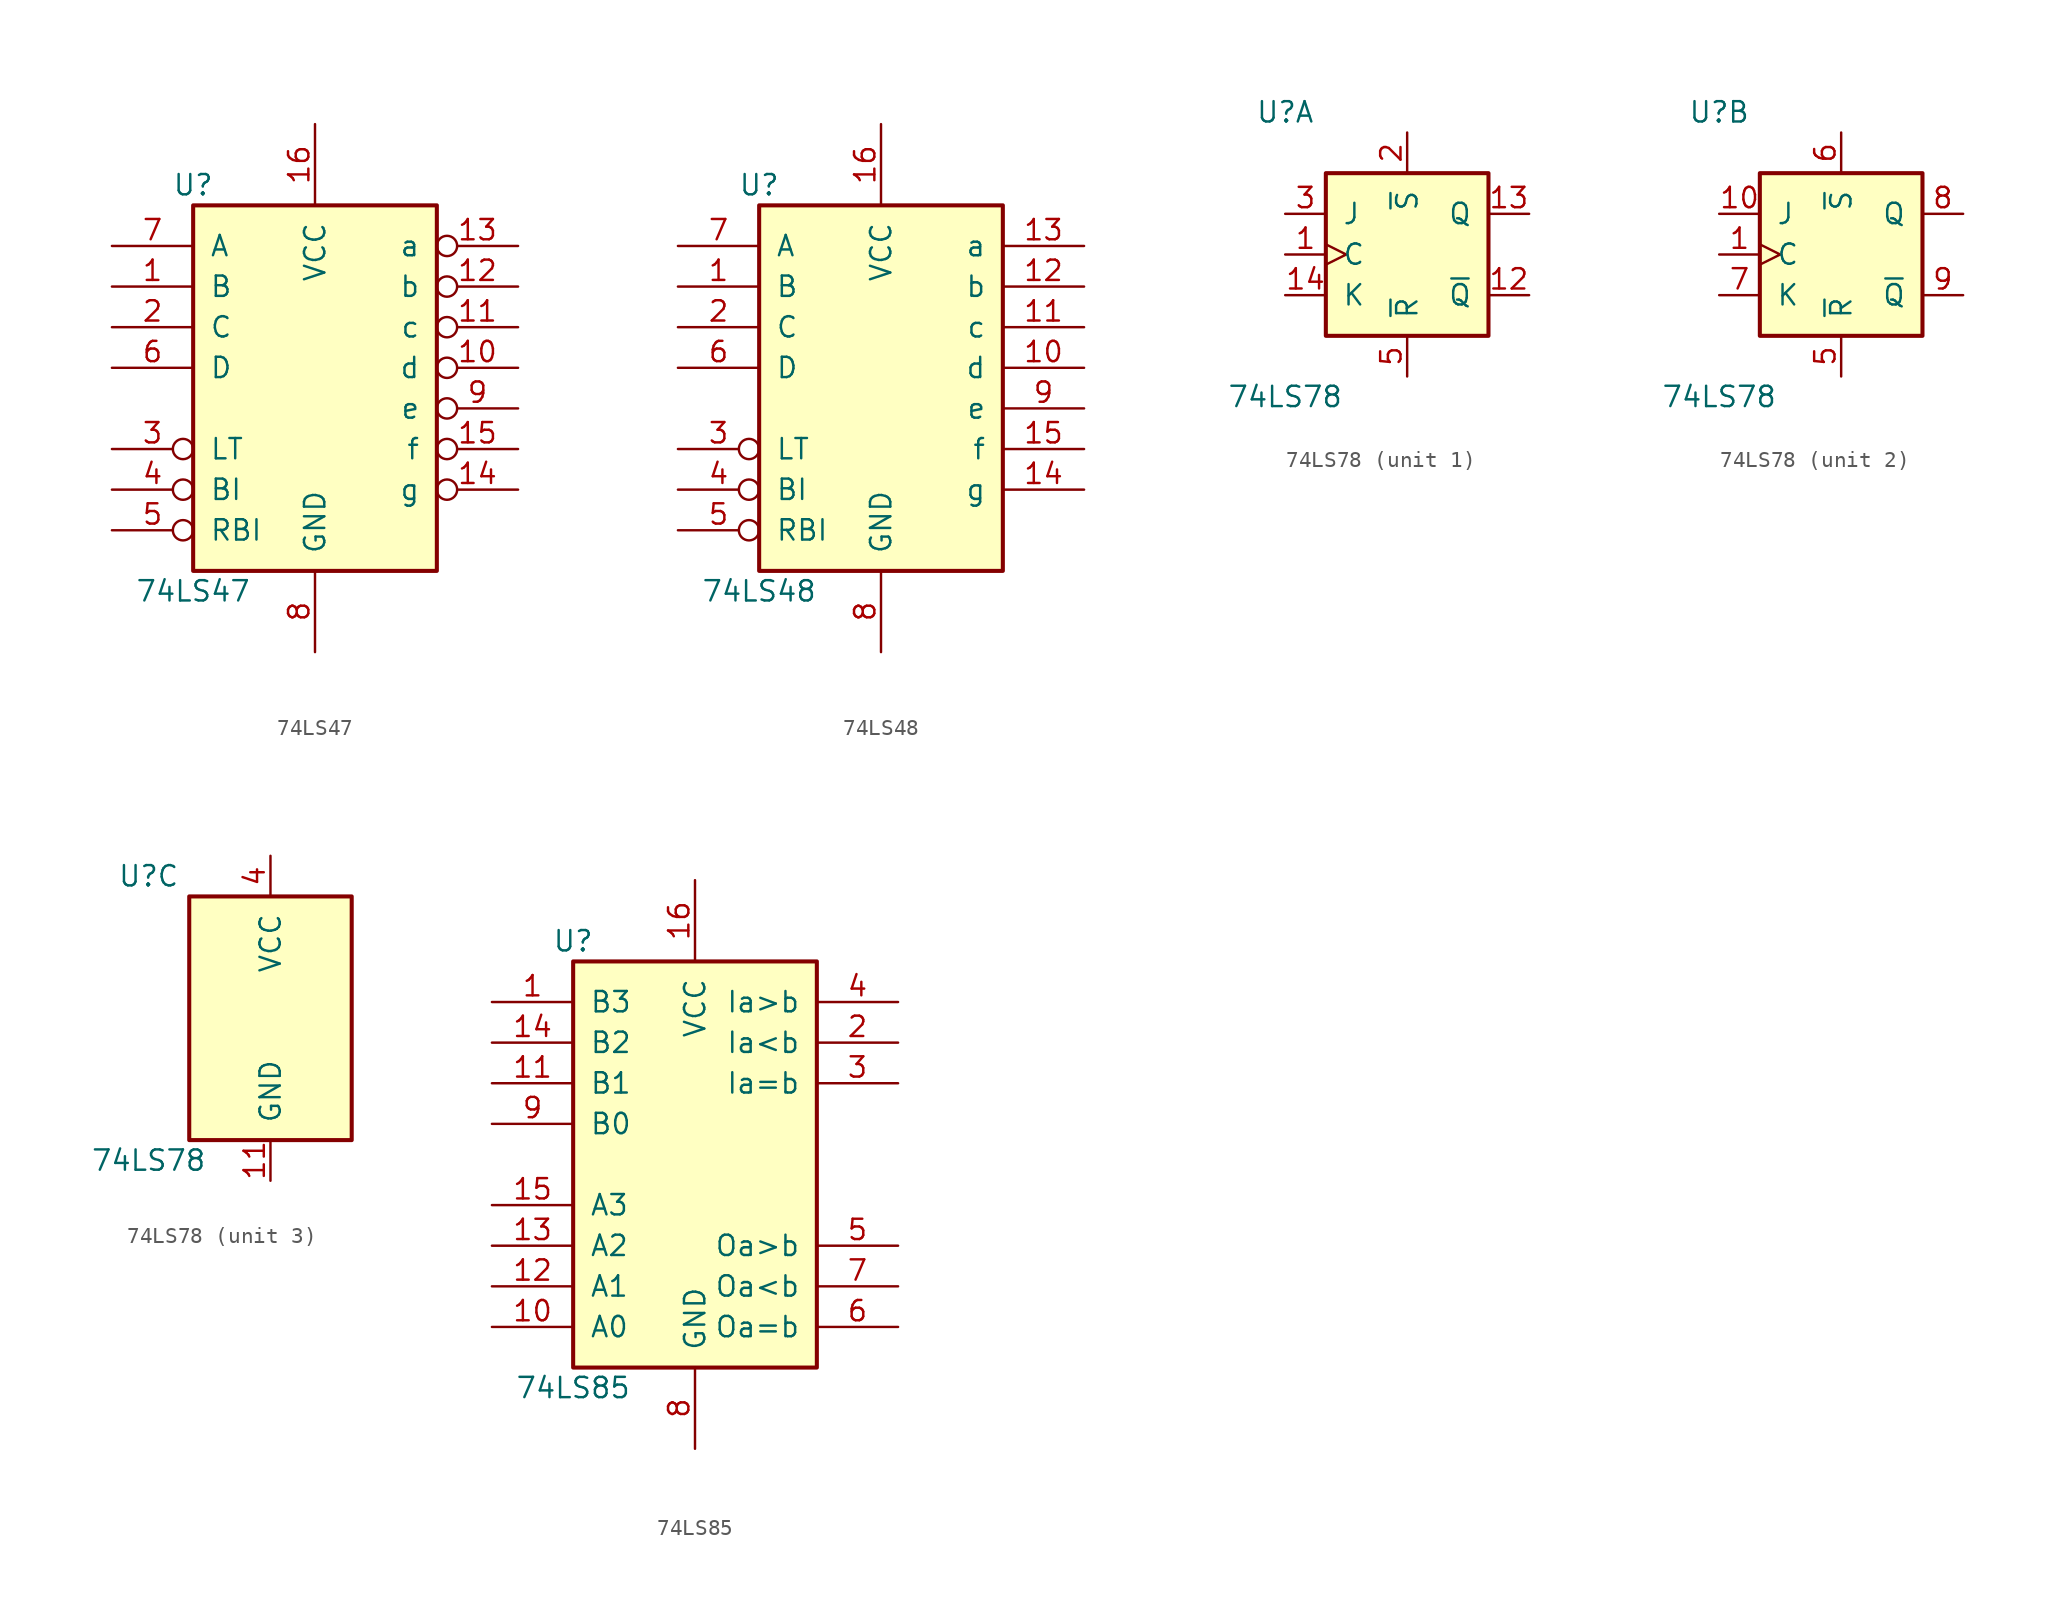
<source format=kicad_sym>
(kicad_symbol_lib
  (version 20241209)
  (generator "kicad_symbol_editor")
  (generator_version "9.0")
  (symbol "74LS47"
    (pin_names
      (offset 1.016))
    (property "Reference" "U"
      (at -7.62 11.43 0)
      (effects (font (size 1.27 1.27))))
    (property "Value" "74LS47"
      (at -7.62 -13.97 0)
      (effects (font (size 1.27 1.27))))
    (property "ki_locked" ""
      (at 0 0 0)
      (effects (font (size 1.27 1.27))))
    (symbol "74LS47_1_0"
      (pin input line (at -12.7 7.62 0) (length 5.08) (name "A" (effects (font (size 1.27 1.27)))) (number "7" (effects (font (size 1.27 1.27)))))
      (pin input line (at -12.7 5.08 0) (length 5.08) (name "B" (effects (font (size 1.27 1.27)))) (number "1" (effects (font (size 1.27 1.27)))))
      (pin input line (at -12.7 2.54 0) (length 5.08) (name "C" (effects (font (size 1.27 1.27)))) (number "2" (effects (font (size 1.27 1.27)))))
      (pin input line (at -12.7 0 0) (length 5.08) (name "D" (effects (font (size 1.27 1.27)))) (number "6" (effects (font (size 1.27 1.27)))))
      (pin input inverted (at -12.7 -5.08 0) (length 5.08) (name "LT" (effects (font (size 1.27 1.27)))) (number "3" (effects (font (size 1.27 1.27)))))
      (pin input inverted (at -12.7 -7.62 0) (length 5.08) (name "BI" (effects (font (size 1.27 1.27)))) (number "4" (effects (font (size 1.27 1.27)))))
      (pin input inverted (at -12.7 -10.16 0) (length 5.08) (name "RBI" (effects (font (size 1.27 1.27)))) (number "5" (effects (font (size 1.27 1.27)))))
      (pin power_in line (at 0 15.24 270) (length 5.08) (name "VCC" (effects (font (size 1.27 1.27)))) (number "16" (effects (font (size 1.27 1.27)))))
      (pin power_in line (at 0 -17.78 90) (length 5.08) (name "GND" (effects (font (size 1.27 1.27)))) (number "8" (effects (font (size 1.27 1.27)))))
      (pin open_collector inverted (at 12.7 7.62 180) (length 5.08) (name "a" (effects (font (size 1.27 1.27)))) (number "13" (effects (font (size 1.27 1.27)))))
      (pin open_collector inverted (at 12.7 5.08 180) (length 5.08) (name "b" (effects (font (size 1.27 1.27)))) (number "12" (effects (font (size 1.27 1.27)))))
      (pin open_collector inverted (at 12.7 2.54 180) (length 5.08) (name "c" (effects (font (size 1.27 1.27)))) (number "11" (effects (font (size 1.27 1.27)))))
      (pin open_collector inverted (at 12.7 0 180) (length 5.08) (name "d" (effects (font (size 1.27 1.27)))) (number "10" (effects (font (size 1.27 1.27)))))
      (pin open_collector inverted (at 12.7 -2.54 180) (length 5.08) (name "e" (effects (font (size 1.27 1.27)))) (number "9" (effects (font (size 1.27 1.27)))))
      (pin open_collector inverted (at 12.7 -5.08 180) (length 5.08) (name "f" (effects (font (size 1.27 1.27)))) (number "15" (effects (font (size 1.27 1.27)))))
      (pin open_collector inverted (at 12.7 -7.62 180) (length 5.08) (name "g" (effects (font (size 1.27 1.27)))) (number "14" (effects (font (size 1.27 1.27))))))
    (symbol "74LS47_1_1"
      (rectangle (start -7.62 10.16) (end 7.62 -12.7) (stroke (width 0.254) (type solid)) (fill (type background)))))
  (symbol "74LS48"
    (pin_names
      (offset 1.016))
    (property "Reference" "U"
      (at -7.62 11.43 0)
      (effects (font (size 1.27 1.27))))
    (property "Value" "74LS48"
      (at -7.62 -13.97 0)
      (effects (font (size 1.27 1.27))))
    (property "ki_locked" ""
      (at 0 0 0)
      (effects (font (size 1.27 1.27))))
    (symbol "74LS48_1_0"
      (pin input line (at -12.7 7.62 0) (length 5.08) (name "A" (effects (font (size 1.27 1.27)))) (number "7" (effects (font (size 1.27 1.27)))))
      (pin input line (at -12.7 5.08 0) (length 5.08) (name "B" (effects (font (size 1.27 1.27)))) (number "1" (effects (font (size 1.27 1.27)))))
      (pin input line (at -12.7 2.54 0) (length 5.08) (name "C" (effects (font (size 1.27 1.27)))) (number "2" (effects (font (size 1.27 1.27)))))
      (pin input line (at -12.7 0 0) (length 5.08) (name "D" (effects (font (size 1.27 1.27)))) (number "6" (effects (font (size 1.27 1.27)))))
      (pin input inverted (at -12.7 -5.08 0) (length 5.08) (name "LT" (effects (font (size 1.27 1.27)))) (number "3" (effects (font (size 1.27 1.27)))))
      (pin input inverted (at -12.7 -7.62 0) (length 5.08) (name "BI" (effects (font (size 1.27 1.27)))) (number "4" (effects (font (size 1.27 1.27)))))
      (pin input inverted (at -12.7 -10.16 0) (length 5.08) (name "RBI" (effects (font (size 1.27 1.27)))) (number "5" (effects (font (size 1.27 1.27)))))
      (pin power_in line (at 0 15.24 270) (length 5.08) (name "VCC" (effects (font (size 1.27 1.27)))) (number "16" (effects (font (size 1.27 1.27)))))
      (pin power_in line (at 0 -17.78 90) (length 5.08) (name "GND" (effects (font (size 1.27 1.27)))) (number "8" (effects (font (size 1.27 1.27)))))
      (pin open_collector line (at 12.7 7.62 180) (length 5.08) (name "a" (effects (font (size 1.27 1.27)))) (number "13" (effects (font (size 1.27 1.27)))))
      (pin open_collector line (at 12.7 5.08 180) (length 5.08) (name "b" (effects (font (size 1.27 1.27)))) (number "12" (effects (font (size 1.27 1.27)))))
      (pin open_collector line (at 12.7 2.54 180) (length 5.08) (name "c" (effects (font (size 1.27 1.27)))) (number "11" (effects (font (size 1.27 1.27)))))
      (pin open_collector line (at 12.7 0 180) (length 5.08) (name "d" (effects (font (size 1.27 1.27)))) (number "10" (effects (font (size 1.27 1.27)))))
      (pin open_collector line (at 12.7 -2.54 180) (length 5.08) (name "e" (effects (font (size 1.27 1.27)))) (number "9" (effects (font (size 1.27 1.27)))))
      (pin open_collector line (at 12.7 -5.08 180) (length 5.08) (name "f" (effects (font (size 1.27 1.27)))) (number "15" (effects (font (size 1.27 1.27)))))
      (pin open_collector line (at 12.7 -7.62 180) (length 5.08) (name "g" (effects (font (size 1.27 1.27)))) (number "14" (effects (font (size 1.27 1.27))))))
    (symbol "74LS48_1_1"
      (rectangle (start -7.62 10.16) (end 7.62 -12.7) (stroke (width 0.254) (type solid)) (fill (type background)))))
  (symbol "74LS78"
    (pin_names
      (offset 1.016))
    (property "Reference" "U"
      (at -7.62 8.89 0)
      (effects (font (size 1.27 1.27))))
    (property "Value" "74LS78"
      (at -7.62 -8.89 0)
      (effects (font (size 1.27 1.27))))
    (property "ki_locked" ""
      (at 0 0 0)
      (effects (font (size 1.27 1.27))))
    (symbol "74LS78_1_0"
      (pin input line (at -7.62 2.54 0) (length 2.54) (name "J" (effects (font (size 1.27 1.27)))) (number "3" (effects (font (size 1.27 1.27)))))
      (pin input clock (at -7.62 0 0) (length 2.54) (name "C" (effects (font (size 1.27 1.27)))) (number "1" (effects (font (size 1.27 1.27)))))
      (pin input line (at -7.62 -2.54 0) (length 2.54) (name "K" (effects (font (size 1.27 1.27)))) (number "14" (effects (font (size 1.27 1.27)))))
      (pin input line (at 0 7.62 270) (length 2.54) (name "~{S}" (effects (font (size 1.27 1.27)))) (number "2" (effects (font (size 1.27 1.27)))))
      (pin input line (at 0 -7.62 90) (length 2.54) (name "~{R}" (effects (font (size 1.27 1.27)))) (number "5" (effects (font (size 1.27 1.27)))))
      (pin output line (at 7.62 2.54 180) (length 2.54) (name "Q" (effects (font (size 1.27 1.27)))) (number "13" (effects (font (size 1.27 1.27)))))
      (pin output line (at 7.62 -2.54 180) (length 2.54) (name "~{Q}" (effects (font (size 1.27 1.27)))) (number "12" (effects (font (size 1.27 1.27))))))
    (symbol "74LS78_1_1"
      (rectangle (start -5.08 5.08) (end 5.08 -5.08) (stroke (width 0.254) (type solid)) (fill (type background))))
    (symbol "74LS78_2_0"
      (pin input line (at -7.62 2.54 0) (length 2.54) (name "J" (effects (font (size 1.27 1.27)))) (number "10" (effects (font (size 1.27 1.27)))))
      (pin input clock (at -7.62 0 0) (length 2.54) (name "C" (effects (font (size 1.27 1.27)))) (number "1" (effects (font (size 1.27 1.27)))))
      (pin input line (at -7.62 -2.54 0) (length 2.54) (name "K" (effects (font (size 1.27 1.27)))) (number "7" (effects (font (size 1.27 1.27)))))
      (pin input line (at 0 7.62 270) (length 2.54) (name "~{S}" (effects (font (size 1.27 1.27)))) (number "6" (effects (font (size 1.27 1.27)))))
      (pin input line (at 0 -7.62 90) (length 2.54) (name "~{R}" (effects (font (size 1.27 1.27)))) (number "5" (effects (font (size 1.27 1.27)))))
      (pin output line (at 7.62 2.54 180) (length 2.54) (name "Q" (effects (font (size 1.27 1.27)))) (number "8" (effects (font (size 1.27 1.27)))))
      (pin output line (at 7.62 -2.54 180) (length 2.54) (name "~{Q}" (effects (font (size 1.27 1.27)))) (number "9" (effects (font (size 1.27 1.27))))))
    (symbol "74LS78_2_1"
      (rectangle (start -5.08 5.08) (end 5.08 -5.08) (stroke (width 0.254) (type solid)) (fill (type background))))
    (symbol "74LS78_3_0"
      (pin power_in line (at 0 10.16 270) (length 2.54) (name "VCC" (effects (font (size 1.27 1.27)))) (number "4" (effects (font (size 1.27 1.27)))))
      (pin power_in line (at 0 -10.16 90) (length 2.54) (name "GND" (effects (font (size 1.27 1.27)))) (number "11" (effects (font (size 1.27 1.27))))))
    (symbol "74LS78_3_1"
      (rectangle (start -5.08 7.62) (end 5.08 -7.62) (stroke (width 0.254) (type solid)) (fill (type background)))))
  (symbol "74LS85"
    (pin_names
      (offset 1.016))
    (property "Reference" "U"
      (at -7.62 13.97 0)
      (effects (font (size 1.27 1.27))))
    (property "Value" "74LS85"
      (at -7.62 -13.97 0)
      (effects (font (size 1.27 1.27))))
    (property "ki_locked" ""
      (at 0 0 0)
      (effects (font (size 1.27 1.27))))
    (symbol "74LS85_1_0"
      (pin input line (at -12.7 10.16 0) (length 5.08) (name "B3" (effects (font (size 1.27 1.27)))) (number "1" (effects (font (size 1.27 1.27)))))
      (pin input line (at -12.7 7.62 0) (length 5.08) (name "B2" (effects (font (size 1.27 1.27)))) (number "14" (effects (font (size 1.27 1.27)))))
      (pin input line (at -12.7 5.08 0) (length 5.08) (name "B1" (effects (font (size 1.27 1.27)))) (number "11" (effects (font (size 1.27 1.27)))))
      (pin input line (at -12.7 2.54 0) (length 5.08) (name "B0" (effects (font (size 1.27 1.27)))) (number "9" (effects (font (size 1.27 1.27)))))
      (pin input line (at -12.7 -2.54 0) (length 5.08) (name "A3" (effects (font (size 1.27 1.27)))) (number "15" (effects (font (size 1.27 1.27)))))
      (pin input line (at -12.7 -5.08 0) (length 5.08) (name "A2" (effects (font (size 1.27 1.27)))) (number "13" (effects (font (size 1.27 1.27)))))
      (pin input line (at -12.7 -7.62 0) (length 5.08) (name "A1" (effects (font (size 1.27 1.27)))) (number "12" (effects (font (size 1.27 1.27)))))
      (pin input line (at -12.7 -10.16 0) (length 5.08) (name "A0" (effects (font (size 1.27 1.27)))) (number "10" (effects (font (size 1.27 1.27)))))
      (pin power_in line (at 0 17.78 270) (length 5.08) (name "VCC" (effects (font (size 1.27 1.27)))) (number "16" (effects (font (size 1.27 1.27)))))
      (pin power_in line (at 0 -17.78 90) (length 5.08) (name "GND" (effects (font (size 1.27 1.27)))) (number "8" (effects (font (size 1.27 1.27)))))
      (pin input line (at 12.7 10.16 180) (length 5.08) (name "Ia>b" (effects (font (size 1.27 1.27)))) (number "4" (effects (font (size 1.27 1.27)))))
      (pin input line (at 12.7 7.62 180) (length 5.08) (name "Ia<b" (effects (font (size 1.27 1.27)))) (number "2" (effects (font (size 1.27 1.27)))))
      (pin input line (at 12.7 5.08 180) (length 5.08) (name "Ia=b" (effects (font (size 1.27 1.27)))) (number "3" (effects (font (size 1.27 1.27)))))
      (pin output line (at 12.7 -5.08 180) (length 5.08) (name "Oa>b" (effects (font (size 1.27 1.27)))) (number "5" (effects (font (size 1.27 1.27)))))
      (pin output line (at 12.7 -7.62 180) (length 5.08) (name "Oa<b" (effects (font (size 1.27 1.27)))) (number "7" (effects (font (size 1.27 1.27)))))
      (pin output line (at 12.7 -10.16 180) (length 5.08) (name "Oa=b" (effects (font (size 1.27 1.27)))) (number "6" (effects (font (size 1.27 1.27))))))
    (symbol "74LS85_1_1"
      (rectangle (start -7.62 12.7) (end 7.62 -12.7) (stroke (width 0.254) (type solid)) (fill (type background))))))
</source>
